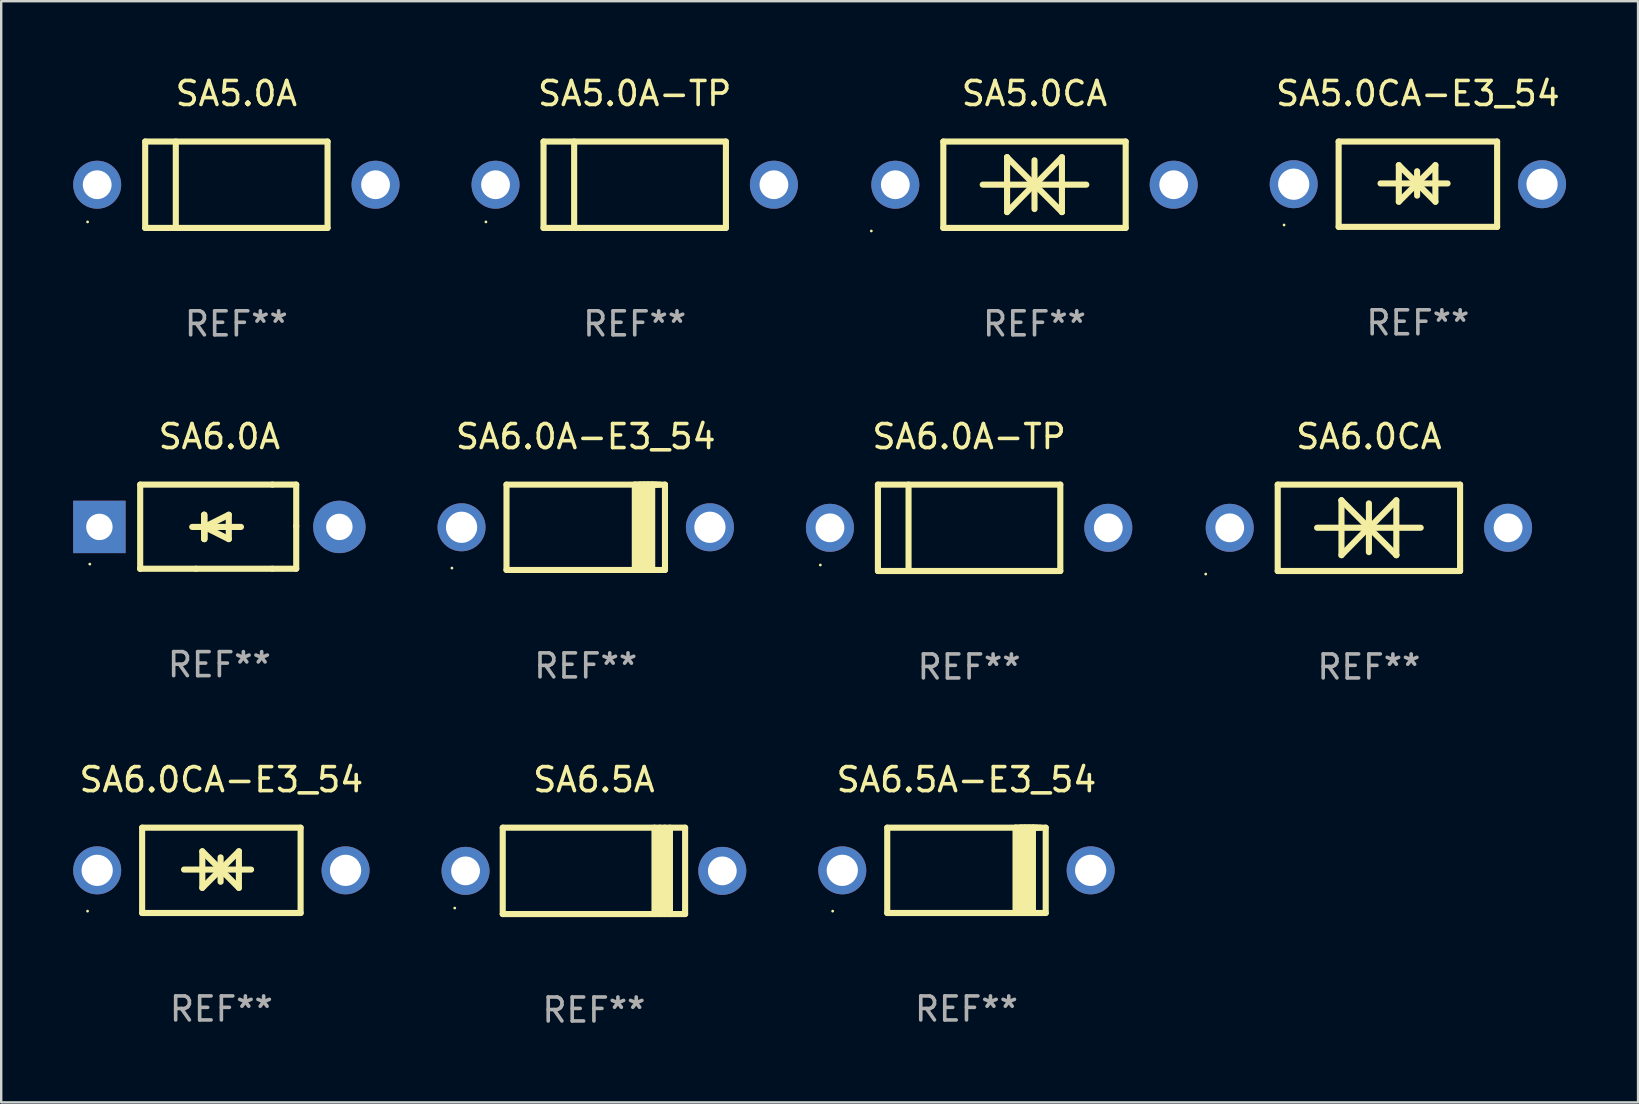
<source format=kicad_pcb>
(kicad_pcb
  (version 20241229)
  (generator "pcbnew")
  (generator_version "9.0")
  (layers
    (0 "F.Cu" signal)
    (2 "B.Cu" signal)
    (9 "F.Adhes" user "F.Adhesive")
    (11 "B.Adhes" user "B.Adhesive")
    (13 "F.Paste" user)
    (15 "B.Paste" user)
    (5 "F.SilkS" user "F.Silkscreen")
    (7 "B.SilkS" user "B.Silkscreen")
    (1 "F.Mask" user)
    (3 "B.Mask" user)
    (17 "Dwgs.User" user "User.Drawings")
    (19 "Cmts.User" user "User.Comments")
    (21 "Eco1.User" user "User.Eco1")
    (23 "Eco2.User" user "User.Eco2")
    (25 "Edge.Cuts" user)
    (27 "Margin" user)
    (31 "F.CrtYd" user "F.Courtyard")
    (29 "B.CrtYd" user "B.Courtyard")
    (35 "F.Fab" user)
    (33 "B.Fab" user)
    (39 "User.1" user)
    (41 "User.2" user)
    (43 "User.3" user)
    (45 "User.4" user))
  (footprint "SA6.5A"
    (layer "F.Cu")
    (at 21.7 33.241)
    (property "Reference" "SA6.5A" (at 0 -3.8 0) (layer "F.SilkS") (effects (font (size 1 1) (thickness 0.15))))
    (attr through_hole)
    (fp_line (start -3.8 1.8) (end -3.8 -1.8) (stroke (width 0.254) (type solid)) (layer "F.SilkS"))
    (fp_line (start 2.524 1.8) (end 2.524 -1.8) (stroke (width 0.254) (type solid)) (layer "F.SilkS"))
    (fp_line (start 2.75 1.8) (end 2.75 -1.8) (stroke (width 0.254) (type solid)) (layer "F.SilkS"))
    (fp_line (start 2.95 -1.8) (end 2.95 1.8) (stroke (width 0.254) (type solid)) (layer "F.SilkS"))
    (fp_line (start 3.168 -1.8) (end 3.168 1.8) (stroke (width 0.254) (type solid)) (layer "F.SilkS"))
    (fp_line (start 3.8 1.8) (end -3.8 1.8) (stroke (width 0.254) (type solid)) (layer "F.SilkS"))
    (fp_line (start 3.8 1.8) (end 3.8 -1.8) (stroke (width 0.254) (type solid)) (layer "F.SilkS"))
    (fp_line (start 3.8 -1.8) (end -3.8 -1.8) (stroke (width 0.254) (type solid)) (layer "F.SilkS"))
    (fp_circle (center -5.8 1.55) (end -5.77 1.55) (stroke (width 0.06) (type solid)) (fill no) (layer "F.SilkS"))
    (fp_text user "REF**" (at 0 5.8 0) (layer "F.Fab") (effects (font (size 1 1) (thickness 0.15))))
    (pad "1" thru_hole circle (at -5.35 0) (size 2 2) (drill 1.2) (layers "*.Cu" "*.Mask"))
    (pad "2" thru_hole circle (at 5.35 0) (size 2 2) (drill 1.2) (layers "*.Cu" "*.Mask")))
  (footprint "SA6.0CA"
    (layer "F.Cu")
    (at 53.995 18.945)
    (property "Reference" "SA6.0CA" (at 0 -3.8 0) (layer "F.SilkS") (effects (font (size 1 1) (thickness 0.15))))
    (attr through_hole)
    (fp_line (start -3.8 -1.8) (end -3.8 1.8) (stroke (width 0.254) (type solid)) (layer "F.SilkS"))
    (fp_line (start -3.8 -1.8) (end 3.8 -1.8) (stroke (width 0.254) (type solid)) (layer "F.SilkS"))
    (fp_line (start -3.8 1.8) (end 3.8 1.8) (stroke (width 0.254) (type solid)) (layer "F.SilkS"))
    (fp_line (start -2.159 -0.003) (end 2.159 -0.003) (stroke (width 0.254) (type solid)) (layer "F.SilkS"))
    (fp_line (start -1.143 -1.146) (end -1.143 1.14) (stroke (width 0.254) (type solid)) (layer "F.SilkS"))
    (fp_line (start -1.143 -1.143) (end -1.143 -1.146) (stroke (width 0.254) (type solid)) (layer "F.SilkS"))
    (fp_line (start 0 -1.019) (end 0 1.013) (stroke (width 0.254) (type solid)) (layer "F.SilkS"))
    (fp_line (start 0 -0.026) (end -1.143 1.14) (stroke (width 0.254) (type solid)) (layer "F.SilkS"))
    (fp_line (start 0 -0.006) (end 1.143 1.137) (stroke (width 0.254) (type solid)) (layer "F.SilkS"))
    (fp_line (start 0 0) (end -1.143 -1.143) (stroke (width 0.254) (type solid)) (layer "F.SilkS"))
    (fp_line (start 0 0.02) (end 1.143 -1.146) (stroke (width 0.254) (type solid)) (layer "F.SilkS"))
    (fp_line (start 1.143 1.137) (end 1.143 1.14) (stroke (width 0.254) (type solid)) (layer "F.SilkS"))
    (fp_line (start 1.143 1.14) (end 1.143 -1.146) (stroke (width 0.254) (type solid)) (layer "F.SilkS"))
    (fp_line (start 3.8 -1.8) (end 3.8 1.8) (stroke (width 0.254) (type solid)) (layer "F.SilkS"))
    (fp_circle (center -6.8 1.927) (end -6.77 1.927) (stroke (width 0.06) (type solid)) (fill no) (layer "F.SilkS"))
    (fp_text user "REF**" (at 0 5.8 0) (layer "F.Fab") (effects (font (size 1 1) (thickness 0.15))))
    (pad "1" thru_hole circle (at -5.8 0) (size 2 2) (drill 1.2) (layers "*.Cu" "*.Mask"))
    (pad "2" thru_hole circle (at 5.8 0) (size 2 2) (drill 1.2) (layers "*.Cu" "*.Mask")))
  (footprint "SA6.0A"
    (layer "F.Cu")
    (at 6.092 18.897)
    (property "Reference" "SA6.0A" (at 0 -3.753 0) (layer "F.SilkS") (effects (font (size 1 1) (thickness 0.15))))
    (attr through_hole)
    (fp_line (start -3.3 -1.753) (end 2.212 -1.753) (stroke (width 0.254) (type solid)) (layer "F.SilkS"))
    (fp_line (start -3.3 1.753) (end -3.3 -1.753) (stroke (width 0.254) (type solid)) (layer "F.SilkS"))
    (fp_line (start -3.3 1.753) (end -3.3 1.753) (stroke (width 0.254) (type solid)) (layer "F.SilkS"))
    (fp_line (start -0.968 1.753) (end -3.3 1.753) (stroke (width 0.254) (type solid)) (layer "F.SilkS"))
    (fp_line (start -0.636 -0.497) (end -0.636 0.519) (stroke (width 0.254) (type solid)) (layer "F.SilkS"))
    (fp_line (start -0.636 0.011) (end -0.636 -0.497) (stroke (width 0.254) (type solid)) (layer "F.SilkS"))
    (fp_line (start -0.624 0.011) (end -0.624 0.519) (stroke (width 0.254) (type solid)) (layer "F.SilkS"))
    (fp_line (start -0.624 0.011) (end 0.392 0.519) (stroke (width 0.254) (type solid)) (layer "F.SilkS"))
    (fp_line (start -0.624 0.519) (end -0.624 -0.497) (stroke (width 0.254) (type solid)) (layer "F.SilkS"))
    (fp_line (start 0.392 -0.497) (end -0.624 0.011) (stroke (width 0.254) (type solid)) (layer "F.SilkS"))
    (fp_line (start 0.392 0.519) (end 0.392 -0.497) (stroke (width 0.254) (type solid)) (layer "F.SilkS"))
    (fp_line (start 0.9 0.011) (end -1.132 0.011) (stroke (width 0.254) (type solid)) (layer "F.SilkS"))
    (fp_line (start 2.212 -1.753) (end 3.202 -1.753) (stroke (width 0.254) (type solid)) (layer "F.SilkS"))
    (fp_line (start 2.212 1.753) (end -0.968 1.753) (stroke (width 0.254) (type solid)) (layer "F.SilkS"))
    (fp_line (start 3.202 -1.753) (end 3.202 -0.025) (stroke (width 0.254) (type solid)) (layer "F.SilkS"))
    (fp_line (start 3.202 -0.025) (end 3.202 1.753) (stroke (width 0.254) (type solid)) (layer "F.SilkS"))
    (fp_line (start 3.202 1.753) (end 2.212 1.753) (stroke (width 0.254) (type solid)) (layer "F.SilkS"))
    (fp_circle (center -5.4 1.561) (end -5.37 1.561) (stroke (width 0.06) (type solid)) (fill no) (layer "F.SilkS"))
    (fp_text user "REF**" (at 0 5.753 0) (layer "F.Fab") (effects (font (size 1 1) (thickness 0.15))))
    (pad "1" thru_hole rect (at -5 0.011 180) (size 2.184 2.184) (drill 1.102) (layers "*.Cu" "*.Mask"))
    (pad "2" thru_hole circle (at 5 0.011) (size 2.184 2.184) (drill 1.102) (layers "*.Cu" "*.Mask")))
  (footprint "SA6.0A-TP"
    (layer "F.Cu")
    (at 37.335 18.945)
    (property "Reference" "SA6.0A-TP" (at 0 -3.8 0) (layer "F.SilkS") (effects (font (size 1 1) (thickness 0.15))))
    (attr through_hole)
    (fp_line (start -3.8 -1.8) (end -3.8 1.8) (stroke (width 0.254) (type solid)) (layer "F.SilkS"))
    (fp_line (start -3.8 -1.8) (end 3.8 -1.8) (stroke (width 0.254) (type solid)) (layer "F.SilkS"))
    (fp_line (start -3.8 1.8) (end 3.8 1.8) (stroke (width 0.254) (type solid)) (layer "F.SilkS"))
    (fp_line (start -2.524 -1.8) (end -2.524 1.8) (stroke (width 0.254) (type solid)) (layer "F.SilkS"))
    (fp_line (start 3.8 -1.8) (end 3.8 1.8) (stroke (width 0.254) (type solid)) (layer "F.SilkS"))
    (fp_circle (center -6.2 1.55) (end -6.17 1.55) (stroke (width 0.06) (type solid)) (fill no) (layer "F.SilkS"))
    (fp_text user "REF**" (at 0 5.8 0) (layer "F.Fab") (effects (font (size 1 1) (thickness 0.15))))
    (pad "1" thru_hole circle (at -5.8 0) (size 2 2) (drill 1.2) (layers "*.Cu" "*.Mask"))
    (pad "2" thru_hole circle (at 5.8 0) (size 2 2) (drill 1.2) (layers "*.Cu" "*.Mask")))
  (footprint "SA5.0CA-E3_54"
    (layer "F.Cu")
    (at 56.036 4.626)
    (property "Reference" "SA5.0CA-E3_54" (at 0 -3.778 0) (layer "F.SilkS") (effects (font (size 1 1) (thickness 0.15))))
    (attr through_hole)
    (fp_line (start -3.302 -1.778) (end -3.302 1.778) (stroke (width 0.254) (type solid)) (layer "F.SilkS"))
    (fp_line (start -3.302 1.778) (end 3.302 1.778) (stroke (width 0.254) (type solid)) (layer "F.SilkS"))
    (fp_line (start -1.556 -0.032) (end 1.238 -0.032) (stroke (width 0.254) (type solid)) (layer "F.SilkS"))
    (fp_line (start -0.794 -0.794) (end 0.73 0.73) (stroke (width 0.254) (type solid)) (layer "F.SilkS"))
    (fp_line (start -0.794 0.73) (end -0.794 -0.794) (stroke (width 0.254) (type solid)) (layer "F.SilkS"))
    (fp_line (start -0.032 -0.54) (end -0.032 0.476) (stroke (width 0.254) (type solid)) (layer "F.SilkS"))
    (fp_line (start 0.73 -0.794) (end -0.794 0.73) (stroke (width 0.254) (type solid)) (layer "F.SilkS"))
    (fp_line (start 0.73 0.73) (end 0.73 -0.794) (stroke (width 0.254) (type solid)) (layer "F.SilkS"))
    (fp_line (start 3.302 -1.778) (end -3.302 -1.778) (stroke (width 0.254) (type solid)) (layer "F.SilkS"))
    (fp_line (start 3.302 1.778) (end 3.302 -1.778) (stroke (width 0.254) (type solid)) (layer "F.SilkS"))
    (fp_circle (center -5.576 1.7) (end -5.546 1.7) (stroke (width 0.06) (type solid)) (fill no) (layer "F.SilkS"))
    (fp_text user "REF**" (at 0 5.778 0) (layer "F.Fab") (effects (font (size 1 1) (thickness 0.15))))
    (pad "1" thru_hole circle (at -5.175 0) (size 2 2) (drill 1.3) (layers "*.Cu" "*.Mask"))
    (pad "2" thru_hole circle (at 5.175 0) (size 2 2) (drill 1.3) (layers "*.Cu" "*.Mask")))
  (footprint "SA6.5A-E3_54"
    (layer "F.Cu")
    (at 37.225 33.219)
    (property "Reference" "SA6.5A-E3_54" (at 0 -3.778 0) (layer "F.SilkS") (effects (font (size 1 1) (thickness 0.15))))
    (attr through_hole)
    (fp_line (start -3.302 -1.778) (end -3.302 1.778) (stroke (width 0.254) (type solid)) (layer "F.SilkS"))
    (fp_line (start -3.302 1.778) (end 3.302 1.778) (stroke (width 0.254) (type solid)) (layer "F.SilkS"))
    (fp_line (start 2.045 -1.778) (end 2.045 1.778) (stroke (width 0.254) (type solid)) (layer "F.SilkS"))
    (fp_line (start 2.261 -1.778) (end 2.261 1.778) (stroke (width 0.254) (type solid)) (layer "F.SilkS"))
    (fp_line (start 2.421 -1.778) (end 2.045 -1.778) (stroke (width 0.254) (type solid)) (layer "F.SilkS"))
    (fp_line (start 2.439 -1.778) (end 2.439 1.778) (stroke (width 0.254) (type solid)) (layer "F.SilkS"))
    (fp_line (start 2.579 -1.778) (end 2.261 -1.778) (stroke (width 0.254) (type solid)) (layer "F.SilkS"))
    (fp_line (start 2.604 -1.778) (end 2.604 1.778) (stroke (width 0.254) (type solid)) (layer "F.SilkS"))
    (fp_line (start 2.757 -1.778) (end 2.439 -1.778) (stroke (width 0.254) (type solid)) (layer "F.SilkS"))
    (fp_line (start 2.769 -1.778) (end 2.769 1.778) (stroke (width 0.254) (type solid)) (layer "F.SilkS"))
    (fp_line (start 2.922 -1.778) (end 2.604 -1.778) (stroke (width 0.254) (type solid)) (layer "F.SilkS"))
    (fp_line (start 3.087 -1.778) (end 2.769 -1.778) (stroke (width 0.254) (type solid)) (layer "F.SilkS"))
    (fp_line (start 3.302 -1.778) (end -3.302 -1.778) (stroke (width 0.254) (type solid)) (layer "F.SilkS"))
    (fp_line (start 3.302 1.778) (end 3.302 -1.778) (stroke (width 0.254) (type solid)) (layer "F.SilkS"))
    (fp_circle (center -5.576 1.7) (end -5.546 1.7) (stroke (width 0.06) (type solid)) (fill no) (layer "F.SilkS"))
    (fp_text user "REF**" (at 0 5.778 0) (layer "F.Fab") (effects (font (size 1 1) (thickness 0.15))))
    (pad "1" thru_hole circle (at -5.175 0) (size 2 2) (drill 1.3) (layers "*.Cu" "*.Mask"))
    (pad "2" thru_hole circle (at 5.175 0) (size 2 2) (drill 1.3) (layers "*.Cu" "*.Mask")))
  (footprint "SA5.0CA"
    (layer "F.Cu")
    (at 40.06 4.648)
    (property "Reference" "SA5.0CA" (at 0 -3.8 0) (layer "F.SilkS") (effects (font (size 1 1) (thickness 0.15))))
    (attr through_hole)
    (fp_line (start -3.8 -1.8) (end -3.8 1.8) (stroke (width 0.254) (type solid)) (layer "F.SilkS"))
    (fp_line (start -3.8 -1.8) (end 3.8 -1.8) (stroke (width 0.254) (type solid)) (layer "F.SilkS"))
    (fp_line (start -3.8 1.8) (end 3.8 1.8) (stroke (width 0.254) (type solid)) (layer "F.SilkS"))
    (fp_line (start -2.159 -0.003) (end 2.159 -0.003) (stroke (width 0.254) (type solid)) (layer "F.SilkS"))
    (fp_line (start -1.143 -1.146) (end -1.143 1.14) (stroke (width 0.254) (type solid)) (layer "F.SilkS"))
    (fp_line (start -1.143 -1.143) (end -1.143 -1.146) (stroke (width 0.254) (type solid)) (layer "F.SilkS"))
    (fp_line (start 0 -1.019) (end 0 1.013) (stroke (width 0.254) (type solid)) (layer "F.SilkS"))
    (fp_line (start 0 -0.026) (end -1.143 1.14) (stroke (width 0.254) (type solid)) (layer "F.SilkS"))
    (fp_line (start 0 -0.006) (end 1.143 1.137) (stroke (width 0.254) (type solid)) (layer "F.SilkS"))
    (fp_line (start 0 0) (end -1.143 -1.143) (stroke (width 0.254) (type solid)) (layer "F.SilkS"))
    (fp_line (start 0 0.02) (end 1.143 -1.146) (stroke (width 0.254) (type solid)) (layer "F.SilkS"))
    (fp_line (start 1.143 1.137) (end 1.143 1.14) (stroke (width 0.254) (type solid)) (layer "F.SilkS"))
    (fp_line (start 1.143 1.14) (end 1.143 -1.146) (stroke (width 0.254) (type solid)) (layer "F.SilkS"))
    (fp_line (start 3.8 -1.8) (end 3.8 1.8) (stroke (width 0.254) (type solid)) (layer "F.SilkS"))
    (fp_circle (center -6.8 1.927) (end -6.77 1.927) (stroke (width 0.06) (type solid)) (fill no) (layer "F.SilkS"))
    (fp_text user "REF**" (at 0 5.8 0) (layer "F.Fab") (effects (font (size 1 1) (thickness 0.15))))
    (pad "1" thru_hole circle (at -5.8 0) (size 2 2) (drill 1.2) (layers "*.Cu" "*.Mask"))
    (pad "2" thru_hole circle (at 5.8 0) (size 2 2) (drill 1.2) (layers "*.Cu" "*.Mask")))
  (footprint "SA6.0CA-E3_54"
    (layer "F.Cu")
    (at 6.175 33.219)
    (property "Reference" "SA6.0CA-E3_54" (at 0 -3.778 0) (layer "F.SilkS") (effects (font (size 1 1) (thickness 0.15))))
    (attr through_hole)
    (fp_line (start -3.302 -1.778) (end -3.302 1.778) (stroke (width 0.254) (type solid)) (layer "F.SilkS"))
    (fp_line (start -3.302 1.778) (end 3.302 1.778) (stroke (width 0.254) (type solid)) (layer "F.SilkS"))
    (fp_line (start -1.556 -0.032) (end 1.238 -0.032) (stroke (width 0.254) (type solid)) (layer "F.SilkS"))
    (fp_line (start -0.794 -0.794) (end 0.73 0.73) (stroke (width 0.254) (type solid)) (layer "F.SilkS"))
    (fp_line (start -0.794 0.73) (end -0.794 -0.794) (stroke (width 0.254) (type solid)) (layer "F.SilkS"))
    (fp_line (start -0.032 -0.54) (end -0.032 0.476) (stroke (width 0.254) (type solid)) (layer "F.SilkS"))
    (fp_line (start 0.73 -0.794) (end -0.794 0.73) (stroke (width 0.254) (type solid)) (layer "F.SilkS"))
    (fp_line (start 0.73 0.73) (end 0.73 -0.794) (stroke (width 0.254) (type solid)) (layer "F.SilkS"))
    (fp_line (start 3.302 -1.778) (end -3.302 -1.778) (stroke (width 0.254) (type solid)) (layer "F.SilkS"))
    (fp_line (start 3.302 1.778) (end 3.302 -1.778) (stroke (width 0.254) (type solid)) (layer "F.SilkS"))
    (fp_circle (center -5.576 1.7) (end -5.546 1.7) (stroke (width 0.06) (type solid)) (fill no) (layer "F.SilkS"))
    (fp_text user "REF**" (at 0 5.778 0) (layer "F.Fab") (effects (font (size 1 1) (thickness 0.15))))
    (pad "1" thru_hole circle (at -5.175 0) (size 2 2) (drill 1.3) (layers "*.Cu" "*.Mask"))
    (pad "2" thru_hole circle (at 5.175 0) (size 2 2) (drill 1.3) (layers "*.Cu" "*.Mask")))
  (footprint "SA6.0A-E3_54"
    (layer "F.Cu")
    (at 21.359 18.923)
    (property "Reference" "SA6.0A-E3_54" (at 0 -3.778 0) (layer "F.SilkS") (effects (font (size 1 1) (thickness 0.15))))
    (attr through_hole)
    (fp_line (start -3.302 -1.778) (end -3.302 1.778) (stroke (width 0.254) (type solid)) (layer "F.SilkS"))
    (fp_line (start -3.302 1.778) (end 3.302 1.778) (stroke (width 0.254) (type solid)) (layer "F.SilkS"))
    (fp_line (start 2.045 -1.778) (end 2.045 1.778) (stroke (width 0.254) (type solid)) (layer "F.SilkS"))
    (fp_line (start 2.261 -1.778) (end 2.261 1.778) (stroke (width 0.254) (type solid)) (layer "F.SilkS"))
    (fp_line (start 2.421 -1.778) (end 2.045 -1.778) (stroke (width 0.254) (type solid)) (layer "F.SilkS"))
    (fp_line (start 2.439 -1.778) (end 2.439 1.778) (stroke (width 0.254) (type solid)) (layer "F.SilkS"))
    (fp_line (start 2.579 -1.778) (end 2.261 -1.778) (stroke (width 0.254) (type solid)) (layer "F.SilkS"))
    (fp_line (start 2.604 -1.778) (end 2.604 1.778) (stroke (width 0.254) (type solid)) (layer "F.SilkS"))
    (fp_line (start 2.757 -1.778) (end 2.439 -1.778) (stroke (width 0.254) (type solid)) (layer "F.SilkS"))
    (fp_line (start 2.769 -1.778) (end 2.769 1.778) (stroke (width 0.254) (type solid)) (layer "F.SilkS"))
    (fp_line (start 2.922 -1.778) (end 2.604 -1.778) (stroke (width 0.254) (type solid)) (layer "F.SilkS"))
    (fp_line (start 3.087 -1.778) (end 2.769 -1.778) (stroke (width 0.254) (type solid)) (layer "F.SilkS"))
    (fp_line (start 3.302 -1.778) (end -3.302 -1.778) (stroke (width 0.254) (type solid)) (layer "F.SilkS"))
    (fp_line (start 3.302 1.778) (end 3.302 -1.778) (stroke (width 0.254) (type solid)) (layer "F.SilkS"))
    (fp_circle (center -5.576 1.7) (end -5.546 1.7) (stroke (width 0.06) (type solid)) (fill no) (layer "F.SilkS"))
    (fp_text user "REF**" (at 0 5.778 0) (layer "F.Fab") (effects (font (size 1 1) (thickness 0.15))))
    (pad "1" thru_hole circle (at -5.175 0) (size 2 2) (drill 1.3) (layers "*.Cu" "*.Mask"))
    (pad "2" thru_hole circle (at 5.175 0) (size 2 2) (drill 1.3) (layers "*.Cu" "*.Mask")))
  (footprint "SA5.0A-TP"
    (layer "F.Cu")
    (at 23.4 4.648)
    (property "Reference" "SA5.0A-TP" (at 0 -3.8 0) (layer "F.SilkS") (effects (font (size 1 1) (thickness 0.15))))
    (attr through_hole)
    (fp_line (start -3.8 -1.8) (end -3.8 1.8) (stroke (width 0.254) (type solid)) (layer "F.SilkS"))
    (fp_line (start -3.8 -1.8) (end 3.8 -1.8) (stroke (width 0.254) (type solid)) (layer "F.SilkS"))
    (fp_line (start -3.8 1.8) (end 3.8 1.8) (stroke (width 0.254) (type solid)) (layer "F.SilkS"))
    (fp_line (start -2.524 -1.8) (end -2.524 1.8) (stroke (width 0.254) (type solid)) (layer "F.SilkS"))
    (fp_line (start 3.8 -1.8) (end 3.8 1.8) (stroke (width 0.254) (type solid)) (layer "F.SilkS"))
    (fp_circle (center -6.2 1.55) (end -6.17 1.55) (stroke (width 0.06) (type solid)) (fill no) (layer "F.SilkS"))
    (fp_text user "REF**" (at 0 5.8 0) (layer "F.Fab") (effects (font (size 1 1) (thickness 0.15))))
    (pad "1" thru_hole circle (at -5.8 0) (size 2 2) (drill 1.2) (layers "*.Cu" "*.Mask"))
    (pad "2" thru_hole circle (at 5.8 0) (size 2 2) (drill 1.2) (layers "*.Cu" "*.Mask")))
  (footprint "SA5.0A"
    (layer "F.Cu")
    (at 6.8 4.648)
    (property "Reference" "SA5.0A" (at 0 -3.8 0) (layer "F.SilkS") (effects (font (size 1 1) (thickness 0.15))))
    (attr through_hole)
    (fp_line (start -3.8 -1.8) (end -3.8 1.8) (stroke (width 0.254) (type solid)) (layer "F.SilkS"))
    (fp_line (start -3.8 -1.8) (end 3.8 -1.8) (stroke (width 0.254) (type solid)) (layer "F.SilkS"))
    (fp_line (start -3.8 1.8) (end 3.8 1.8) (stroke (width 0.254) (type solid)) (layer "F.SilkS"))
    (fp_line (start -2.524 -1.8) (end -2.524 1.8) (stroke (width 0.254) (type solid)) (layer "F.SilkS"))
    (fp_line (start 3.8 -1.8) (end 3.8 1.8) (stroke (width 0.254) (type solid)) (layer "F.SilkS"))
    (fp_circle (center -6.2 1.55) (end -6.17 1.55) (stroke (width 0.06) (type solid)) (fill no) (layer "F.SilkS"))
    (fp_text user "REF**" (at 0 5.8 0) (layer "F.Fab") (effects (font (size 1 1) (thickness 0.15))))
    (pad "1" thru_hole circle (at -5.8 0) (size 2 2) (drill 1.2) (layers "*.Cu" "*.Mask"))
    (pad "2" thru_hole circle (at 5.8 0) (size 2 2) (drill 1.2) (layers "*.Cu" "*.Mask")))
  (gr_rect
    (start -3 -3)
    (end 65.211 42.89)
    (stroke (width 0.1) (type default))
    (fill no)
    (layer "Edge.Cuts")))
</source>
